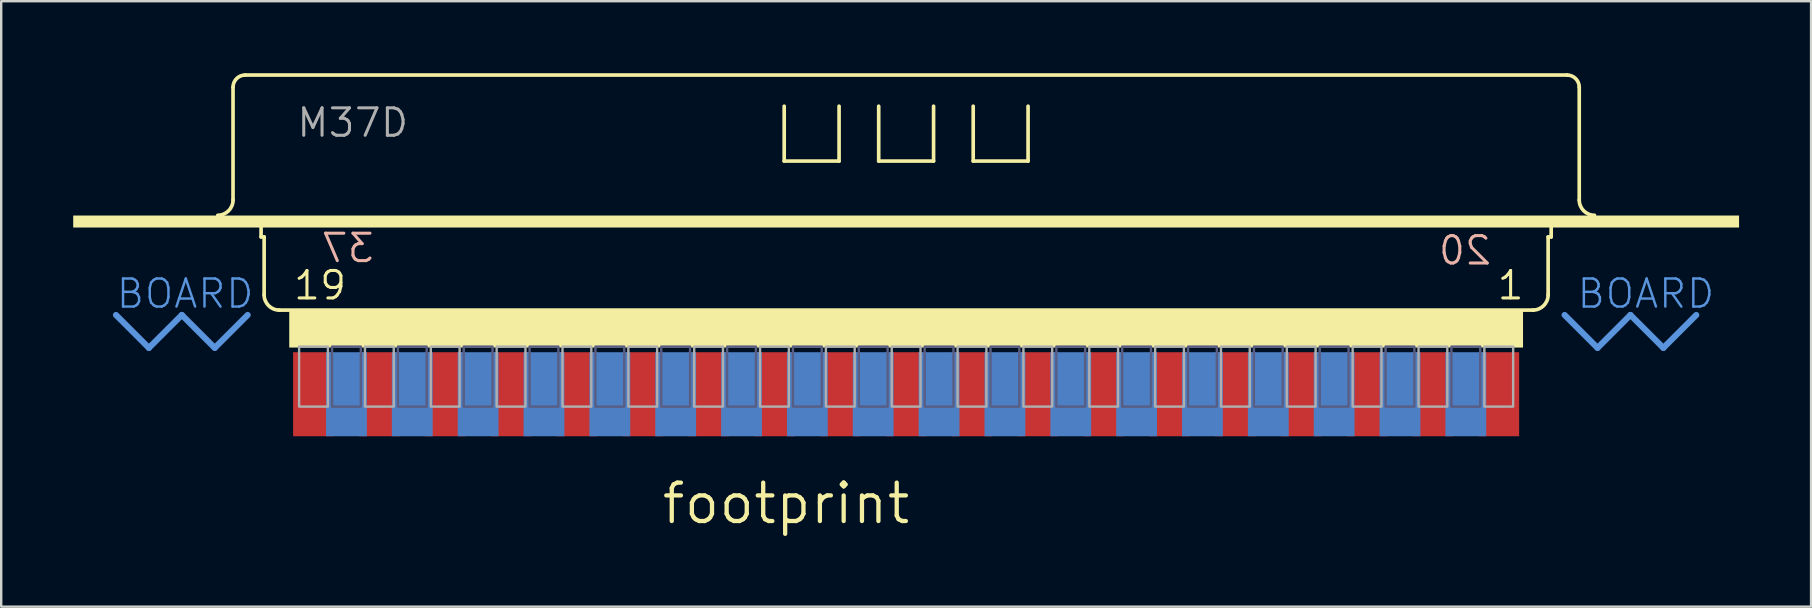
<source format=kicad_pcb>
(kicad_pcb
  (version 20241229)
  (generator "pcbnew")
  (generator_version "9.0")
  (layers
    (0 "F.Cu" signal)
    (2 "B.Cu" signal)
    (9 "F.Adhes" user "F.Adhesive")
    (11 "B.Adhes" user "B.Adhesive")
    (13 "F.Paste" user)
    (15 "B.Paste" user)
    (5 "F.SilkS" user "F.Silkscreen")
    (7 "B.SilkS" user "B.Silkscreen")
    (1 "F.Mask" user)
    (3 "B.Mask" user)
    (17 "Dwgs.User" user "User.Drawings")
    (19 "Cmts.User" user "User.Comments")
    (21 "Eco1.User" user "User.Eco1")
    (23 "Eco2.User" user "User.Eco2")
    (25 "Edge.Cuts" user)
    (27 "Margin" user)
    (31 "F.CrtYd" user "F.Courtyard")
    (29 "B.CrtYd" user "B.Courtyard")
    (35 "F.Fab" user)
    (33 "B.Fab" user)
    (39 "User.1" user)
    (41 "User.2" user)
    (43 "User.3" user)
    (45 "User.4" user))
  (footprint "footprint"
    (layer "F.Cu")
    (at 34.7 7.329)
    (property "Reference" "footprint" (at -10.262 11.532 0) (layer "F.SilkS") (effects (font (size 1.6 1.6) (thickness 0.178)) (justify left bottom)))
    (fp_line (start -28.042 -2.046) (end -28.042 -6.745) (stroke (width 0.152) (type solid)) (layer "F.SilkS"))
    (fp_line (start -27.534 -7.253) (end 27.534 -7.253) (stroke (width 0.152) (type solid)) (layer "F.SilkS"))
    (fp_line (start -26.873 -0.508) (end -26.873 -1.016) (stroke (width 0.152) (type solid)) (layer "F.SilkS"))
    (fp_line (start -26.873 -0.508) (end -26.746 -0.508) (stroke (width 0.152) (type solid)) (layer "F.SilkS"))
    (fp_line (start -26.746 1.905) (end -26.746 -0.508) (stroke (width 0.152) (type solid)) (layer "F.SilkS"))
    (fp_line (start -26.13 2.54) (end 26.13 2.54) (stroke (width 0.152) (type solid)) (layer "F.SilkS"))
    (fp_line (start -5.08 -3.669) (end -5.08 -5.955) (stroke (width 0.152) (type solid)) (layer "F.SilkS"))
    (fp_line (start -2.794 -5.955) (end -2.794 -3.669) (stroke (width 0.152) (type solid)) (layer "F.SilkS"))
    (fp_line (start -2.794 -3.669) (end -5.08 -3.669) (stroke (width 0.152) (type solid)) (layer "F.SilkS"))
    (fp_line (start -1.143 -3.669) (end -1.143 -5.955) (stroke (width 0.152) (type solid)) (layer "F.SilkS"))
    (fp_line (start 1.143 -5.955) (end 1.143 -3.669) (stroke (width 0.152) (type solid)) (layer "F.SilkS"))
    (fp_line (start 1.143 -3.669) (end -1.143 -3.669) (stroke (width 0.152) (type solid)) (layer "F.SilkS"))
    (fp_line (start 2.794 -3.669) (end 2.794 -5.955) (stroke (width 0.152) (type solid)) (layer "F.SilkS"))
    (fp_line (start 5.08 -5.955) (end 5.08 -3.669) (stroke (width 0.152) (type solid)) (layer "F.SilkS"))
    (fp_line (start 5.08 -3.669) (end 2.794 -3.669) (stroke (width 0.152) (type solid)) (layer "F.SilkS"))
    (fp_line (start 26.746 -0.508) (end 26.873 -0.508) (stroke (width 0.152) (type solid)) (layer "F.SilkS"))
    (fp_line (start 26.746 1.905) (end 26.746 -0.508) (stroke (width 0.152) (type solid)) (layer "F.SilkS"))
    (fp_line (start 26.873 -0.508) (end 26.873 -1.016) (stroke (width 0.152) (type solid)) (layer "F.SilkS"))
    (fp_line (start 28.042 -2.046) (end 28.042 -6.745) (stroke (width 0.152) (type solid)) (layer "F.SilkS"))
    (fp_arc (start -28.042 -6.745) (mid -27.89321 -7.10421) (end -27.534 -7.253) (stroke (width 0.1524) (type solid)) (layer "F.SilkS"))
    (fp_arc (start -28.042 -2.046) (mid -28.227987 -1.596987) (end -28.677 -1.411) (stroke (width 0.1524) (type solid)) (layer "F.SilkS"))
    (fp_arc (start -26.1112 2.54) (mid -26.560213 2.354013) (end -26.7462 1.905) (stroke (width 0.1524) (type solid)) (layer "F.SilkS"))
    (fp_arc (start 26.7462 1.905) (mid 26.560213 2.354013) (end 26.1112 2.54) (stroke (width 0.1524) (type solid)) (layer "F.SilkS"))
    (fp_arc (start 27.534 -7.253) (mid 27.89321 -7.10421) (end 28.042 -6.745) (stroke (width 0.1524) (type solid)) (layer "F.SilkS"))
    (fp_arc (start 28.677 -1.411) (mid 28.227987 -1.596987) (end 28.042 -2.046) (stroke (width 0.1524) (type solid)) (layer "F.SilkS"))
    (fp_poly (pts (xy -34.7 -0.9) (xy 34.7 -0.9) (xy 34.7 -1.4) (xy -34.7 -1.4)) (stroke (width 0) (type solid)) (fill yes) (layer "F.SilkS"))
    (fp_poly (pts (xy -25.7 4.1) (xy 25.7 4.1) (xy 25.7 2.5) (xy -25.7 2.5)) (stroke (width 0) (type solid)) (fill yes) (layer "F.SilkS"))
    (fp_line (start -32.918 2.743) (end -31.547 4.115) (stroke (width 0.254) (type solid)) (layer "Cmts.User"))
    (fp_line (start -31.547 4.115) (end -30.175 2.743) (stroke (width 0.254) (type solid)) (layer "Cmts.User"))
    (fp_line (start -30.175 2.743) (end -28.804 4.115) (stroke (width 0.254) (type solid)) (layer "Cmts.User"))
    (fp_line (start -28.804 4.115) (end -27.432 2.743) (stroke (width 0.254) (type solid)) (layer "Cmts.User"))
    (fp_line (start 27.432 2.743) (end 28.804 4.115) (stroke (width 0.254) (type solid)) (layer "Cmts.User"))
    (fp_line (start 28.804 4.115) (end 30.175 2.743) (stroke (width 0.254) (type solid)) (layer "Cmts.User"))
    (fp_line (start 30.175 2.743) (end 31.547 4.115) (stroke (width 0.254) (type solid)) (layer "Cmts.User"))
    (fp_line (start 31.547 4.115) (end 32.918 2.743) (stroke (width 0.254) (type solid)) (layer "Cmts.User"))
    (fp_poly (pts (xy -23.917 6.56) (xy -22.717 6.56) (xy -22.717 4.06) (xy -23.917 4.06)) (stroke (width 0.1) (type solid)) (fill no) (layer "B.Fab"))
    (fp_poly (pts (xy -21.174 6.56) (xy -19.974 6.56) (xy -19.974 4.06) (xy -21.174 4.06)) (stroke (width 0.1) (type solid)) (fill no) (layer "B.Fab"))
    (fp_poly (pts (xy -18.431 6.56) (xy -17.231 6.56) (xy -17.231 4.06) (xy -18.431 4.06)) (stroke (width 0.1) (type solid)) (fill no) (layer "B.Fab"))
    (fp_poly (pts (xy -15.688 6.56) (xy -14.488 6.56) (xy -14.488 4.06) (xy -15.688 4.06)) (stroke (width 0.1) (type solid)) (fill no) (layer "B.Fab"))
    (fp_poly (pts (xy -12.944 6.56) (xy -11.744 6.56) (xy -11.744 4.06) (xy -12.944 4.06)) (stroke (width 0.1) (type solid)) (fill no) (layer "B.Fab"))
    (fp_poly (pts (xy -10.201 6.56) (xy -9.001 6.56) (xy -9.001 4.06) (xy -10.201 4.06)) (stroke (width 0.1) (type solid)) (fill no) (layer "B.Fab"))
    (fp_poly (pts (xy -7.458 6.56) (xy -6.258 6.56) (xy -6.258 4.06) (xy -7.458 4.06)) (stroke (width 0.1) (type solid)) (fill no) (layer "B.Fab"))
    (fp_poly (pts (xy -4.715 6.56) (xy -3.515 6.56) (xy -3.515 4.06) (xy -4.715 4.06)) (stroke (width 0.1) (type solid)) (fill no) (layer "B.Fab"))
    (fp_poly (pts (xy -1.972 6.56) (xy -0.772 6.56) (xy -0.772 4.06) (xy -1.972 4.06)) (stroke (width 0.1) (type solid)) (fill no) (layer "B.Fab"))
    (fp_poly (pts (xy 0.772 6.56) (xy 1.972 6.56) (xy 1.972 4.06) (xy 0.772 4.06)) (stroke (width 0.1) (type solid)) (fill no) (layer "B.Fab"))
    (fp_poly (pts (xy 3.515 6.56) (xy 4.715 6.56) (xy 4.715 4.06) (xy 3.515 4.06)) (stroke (width 0.1) (type solid)) (fill no) (layer "B.Fab"))
    (fp_poly (pts (xy 6.258 6.56) (xy 7.458 6.56) (xy 7.458 4.06) (xy 6.258 4.06)) (stroke (width 0.1) (type solid)) (fill no) (layer "B.Fab"))
    (fp_poly (pts (xy 9.001 6.56) (xy 10.201 6.56) (xy 10.201 4.06) (xy 9.001 4.06)) (stroke (width 0.1) (type solid)) (fill no) (layer "B.Fab"))
    (fp_poly (pts (xy 11.744 6.56) (xy 12.944 6.56) (xy 12.944 4.06) (xy 11.744 4.06)) (stroke (width 0.1) (type solid)) (fill no) (layer "B.Fab"))
    (fp_poly (pts (xy 14.488 6.56) (xy 15.688 6.56) (xy 15.688 4.06) (xy 14.488 4.06)) (stroke (width 0.1) (type solid)) (fill no) (layer "B.Fab"))
    (fp_poly (pts (xy 17.231 6.56) (xy 18.431 6.56) (xy 18.431 4.06) (xy 17.231 4.06)) (stroke (width 0.1) (type solid)) (fill no) (layer "B.Fab"))
    (fp_poly (pts (xy 19.974 6.56) (xy 21.174 6.56) (xy 21.174 4.06) (xy 19.974 4.06)) (stroke (width 0.1) (type solid)) (fill no) (layer "B.Fab"))
    (fp_poly (pts (xy 22.717 6.56) (xy 23.917 6.56) (xy 23.917 4.06) (xy 22.717 4.06)) (stroke (width 0.1) (type solid)) (fill no) (layer "B.Fab"))
    (fp_poly (pts (xy -25.289 6.56) (xy -24.089 6.56) (xy -24.089 4.06) (xy -25.289 4.06)) (stroke (width 0.1) (type solid)) (fill no) (layer "F.Fab"))
    (fp_poly (pts (xy -22.546 6.56) (xy -21.346 6.56) (xy -21.346 4.06) (xy -22.546 4.06)) (stroke (width 0.1) (type solid)) (fill no) (layer "F.Fab"))
    (fp_poly (pts (xy -19.802 6.56) (xy -18.602 6.56) (xy -18.602 4.06) (xy -19.802 4.06)) (stroke (width 0.1) (type solid)) (fill no) (layer "F.Fab"))
    (fp_poly (pts (xy -17.059 6.56) (xy -15.859 6.56) (xy -15.859 4.06) (xy -17.059 4.06)) (stroke (width 0.1) (type solid)) (fill no) (layer "F.Fab"))
    (fp_poly (pts (xy -14.316 6.56) (xy -13.116 6.56) (xy -13.116 4.06) (xy -14.316 4.06)) (stroke (width 0.1) (type solid)) (fill no) (layer "F.Fab"))
    (fp_poly (pts (xy -11.573 6.56) (xy -10.373 6.56) (xy -10.373 4.06) (xy -11.573 4.06)) (stroke (width 0.1) (type solid)) (fill no) (layer "F.Fab"))
    (fp_poly (pts (xy -8.83 6.56) (xy -7.63 6.56) (xy -7.63 4.06) (xy -8.83 4.06)) (stroke (width 0.1) (type solid)) (fill no) (layer "F.Fab"))
    (fp_poly (pts (xy -6.086 6.56) (xy -4.886 6.56) (xy -4.886 4.06) (xy -6.086 4.06)) (stroke (width 0.1) (type solid)) (fill no) (layer "F.Fab"))
    (fp_poly (pts (xy -3.343 6.56) (xy -2.143 6.56) (xy -2.143 4.06) (xy -3.343 4.06)) (stroke (width 0.1) (type solid)) (fill no) (layer "F.Fab"))
    (fp_poly (pts (xy -0.6 6.56) (xy 0.6 6.56) (xy 0.6 4.06) (xy -0.6 4.06)) (stroke (width 0.1) (type solid)) (fill no) (layer "F.Fab"))
    (fp_poly (pts (xy 2.143 6.56) (xy 3.343 6.56) (xy 3.343 4.06) (xy 2.143 4.06)) (stroke (width 0.1) (type solid)) (fill no) (layer "F.Fab"))
    (fp_poly (pts (xy 4.886 6.56) (xy 6.086 6.56) (xy 6.086 4.06) (xy 4.886 4.06)) (stroke (width 0.1) (type solid)) (fill no) (layer "F.Fab"))
    (fp_poly (pts (xy 7.63 6.56) (xy 8.83 6.56) (xy 8.83 4.06) (xy 7.63 4.06)) (stroke (width 0.1) (type solid)) (fill no) (layer "F.Fab"))
    (fp_poly (pts (xy 10.373 6.56) (xy 11.573 6.56) (xy 11.573 4.06) (xy 10.373 4.06)) (stroke (width 0.1) (type solid)) (fill no) (layer "F.Fab"))
    (fp_poly (pts (xy 13.116 6.56) (xy 14.316 6.56) (xy 14.316 4.06) (xy 13.116 4.06)) (stroke (width 0.1) (type solid)) (fill no) (layer "F.Fab"))
    (fp_poly (pts (xy 15.859 6.56) (xy 17.059 6.56) (xy 17.059 4.06) (xy 15.859 4.06)) (stroke (width 0.1) (type solid)) (fill no) (layer "F.Fab"))
    (fp_poly (pts (xy 18.602 6.56) (xy 19.802 6.56) (xy 19.802 4.06) (xy 18.602 4.06)) (stroke (width 0.1) (type solid)) (fill no) (layer "F.Fab"))
    (fp_poly (pts (xy 21.346 6.56) (xy 22.546 6.56) (xy 22.546 4.06) (xy 21.346 4.06)) (stroke (width 0.1) (type solid)) (fill no) (layer "F.Fab"))
    (fp_poly (pts (xy 24.089 6.56) (xy 25.289 6.56) (xy 25.289 4.06) (xy 24.089 4.06)) (stroke (width 0.1) (type solid)) (fill no) (layer "F.Fab"))
    (fp_text user "19" (at -25.59 2.179 0) (layer "F.SilkS") (effects (font (size 1.143 1.143) (thickness 0.127)) (justify left bottom)))
    (fp_text user "1" (at 24.555 2.179 0) (layer "F.SilkS") (effects (font (size 1.143 1.143) (thickness 0.127)) (justify left bottom)))
    (fp_text user "37" (at -22.09 0.625 0) (layer "B.SilkS") (effects (font (size 1.143 1.143) (thickness 0.127)) (justify left bottom mirror)))
    (fp_text user "20" (at 24.455 0.725 0) (layer "B.SilkS") (effects (font (size 1.143 1.143) (thickness 0.127)) (justify left bottom mirror)))
    (fp_text user "BOARD " (at -32.969 2.54 0) (layer "Cmts.User") (effects (font (size 1.168 1.168) (thickness 0.102)) (justify left bottom)))
    (fp_text user "BOARD" (at 27.889 2.54 0) (layer "Cmts.User") (effects (font (size 1.168 1.168) (thickness 0.102)) (justify left bottom)))
    (fp_text user "M37D" (at -25.451 -4.597 0) (layer "F.Fab") (effects (font (size 1.143 1.143) (thickness 0.127)) (justify left bottom)))
    (pad "1" smd rect (at 24.689 6.045) (size 1.7 3.5) (layers "F.Cu" "F.Mask" "F.Paste"))
    (pad "2" smd rect (at 21.946 6.045) (size 1.7 3.5) (layers "F.Cu" "F.Mask" "F.Paste"))
    (pad "3" smd rect (at 19.202 6.045) (size 1.7 3.5) (layers "F.Cu" "F.Mask" "F.Paste"))
    (pad "4" smd rect (at 16.459 6.045) (size 1.7 3.5) (layers "F.Cu" "F.Mask" "F.Paste"))
    (pad "5" smd rect (at 13.716 6.045) (size 1.7 3.5) (layers "F.Cu" "F.Mask" "F.Paste"))
    (pad "6" smd rect (at 10.973 6.045) (size 1.7 3.5) (layers "F.Cu" "F.Mask" "F.Paste"))
    (pad "7" smd rect (at 8.23 6.045) (size 1.7 3.5) (layers "F.Cu" "F.Mask" "F.Paste"))
    (pad "8" smd rect (at 5.486 6.045) (size 1.7 3.5) (layers "F.Cu" "F.Mask" "F.Paste"))
    (pad "9" smd rect (at 2.743 6.045) (size 1.7 3.5) (layers "F.Cu" "F.Mask" "F.Paste"))
    (pad "10" smd rect (at 0 6.045) (size 1.7 3.5) (layers "F.Cu" "F.Mask" "F.Paste"))
    (pad "11" smd rect (at -2.743 6.045) (size 1.7 3.5) (layers "F.Cu" "F.Mask" "F.Paste"))
    (pad "12" smd rect (at -5.486 6.045) (size 1.7 3.5) (layers "F.Cu" "F.Mask" "F.Paste"))
    (pad "13" smd rect (at -8.23 6.045) (size 1.7 3.5) (layers "F.Cu" "F.Mask" "F.Paste"))
    (pad "14" smd rect (at -10.973 6.045) (size 1.7 3.5) (layers "F.Cu" "F.Mask" "F.Paste"))
    (pad "15" smd rect (at -13.716 6.045) (size 1.7 3.5) (layers "F.Cu" "F.Mask" "F.Paste"))
    (pad "16" smd rect (at -16.459 6.045) (size 1.7 3.5) (layers "F.Cu" "F.Mask" "F.Paste"))
    (pad "17" smd rect (at -19.202 6.045) (size 1.7 3.5) (layers "F.Cu" "F.Mask" "F.Paste"))
    (pad "18" smd rect (at -21.946 6.045) (size 1.7 3.5) (layers "F.Cu" "F.Mask" "F.Paste"))
    (pad "19" smd rect (at -24.689 6.045) (size 1.7 3.5) (layers "F.Cu" "F.Mask" "F.Paste"))
    (pad "20" smd rect (at 23.317 6.045) (size 1.7 3.5) (layers "B.Cu" "B.Mask" "B.Paste"))
    (pad "21" smd rect (at 20.574 6.045) (size 1.7 3.5) (layers "B.Cu" "B.Mask" "B.Paste"))
    (pad "22" smd rect (at 17.831 6.045) (size 1.7 3.5) (layers "B.Cu" "B.Mask" "B.Paste"))
    (pad "23" smd rect (at 15.088 6.045) (size 1.7 3.5) (layers "B.Cu" "B.Mask" "B.Paste"))
    (pad "24" smd rect (at 12.344 6.045) (size 1.7 3.5) (layers "B.Cu" "B.Mask" "B.Paste"))
    (pad "25" smd rect (at 9.601 6.045) (size 1.7 3.5) (layers "B.Cu" "B.Mask" "B.Paste"))
    (pad "26" smd rect (at 6.858 6.045) (size 1.7 3.5) (layers "B.Cu" "B.Mask" "B.Paste"))
    (pad "27" smd rect (at 4.115 6.045) (size 1.7 3.5) (layers "B.Cu" "B.Mask" "B.Paste"))
    (pad "28" smd rect (at 1.372 6.045) (size 1.7 3.5) (layers "B.Cu" "B.Mask" "B.Paste"))
    (pad "29" smd rect (at -1.372 6.045) (size 1.7 3.5) (layers "B.Cu" "B.Mask" "B.Paste"))
    (pad "30" smd rect (at -4.115 6.045) (size 1.7 3.5) (layers "B.Cu" "B.Mask" "B.Paste"))
    (pad "31" smd rect (at -6.858 6.045) (size 1.7 3.5) (layers "B.Cu" "B.Mask" "B.Paste"))
    (pad "32" smd rect (at -9.601 6.045) (size 1.7 3.5) (layers "B.Cu" "B.Mask" "B.Paste"))
    (pad "33" smd rect (at -12.344 6.045) (size 1.7 3.5) (layers "B.Cu" "B.Mask" "B.Paste"))
    (pad "34" smd rect (at -15.088 6.045) (size 1.7 3.5) (layers "B.Cu" "B.Mask" "B.Paste"))
    (pad "35" smd rect (at -17.831 6.045) (size 1.7 3.5) (layers "B.Cu" "B.Mask" "B.Paste"))
    (pad "36" smd rect (at -20.574 6.045) (size 1.7 3.5) (layers "B.Cu" "B.Mask" "B.Paste"))
    (pad "37" smd rect (at -23.317 6.045) (size 1.7 3.5) (layers "B.Cu" "B.Mask" "B.Paste")))
  (gr_rect
    (start -3 -3)
    (end 72.4 22.224)
    (stroke (width 0.1) (type default))
    (fill no)
    (layer "Edge.Cuts")))
</source>
